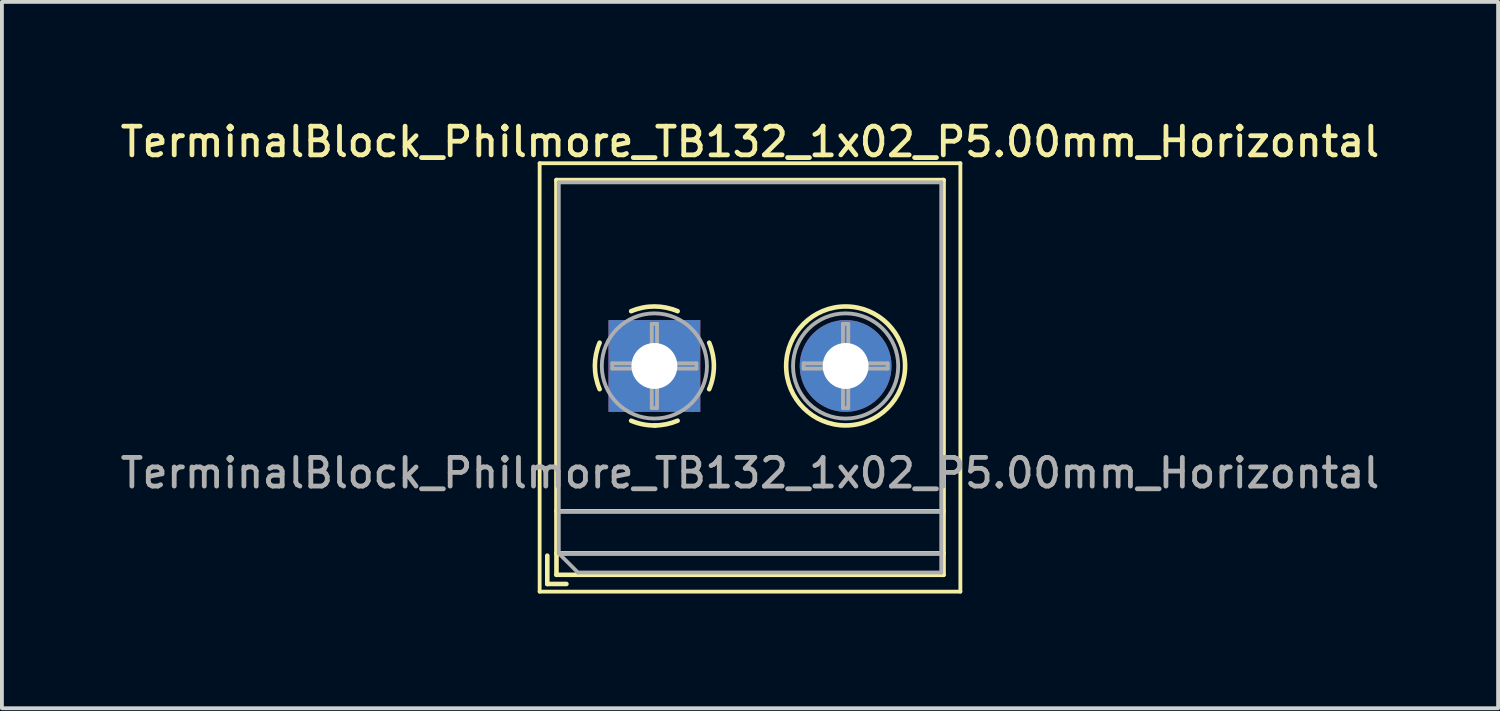
<source format=kicad_pcb>
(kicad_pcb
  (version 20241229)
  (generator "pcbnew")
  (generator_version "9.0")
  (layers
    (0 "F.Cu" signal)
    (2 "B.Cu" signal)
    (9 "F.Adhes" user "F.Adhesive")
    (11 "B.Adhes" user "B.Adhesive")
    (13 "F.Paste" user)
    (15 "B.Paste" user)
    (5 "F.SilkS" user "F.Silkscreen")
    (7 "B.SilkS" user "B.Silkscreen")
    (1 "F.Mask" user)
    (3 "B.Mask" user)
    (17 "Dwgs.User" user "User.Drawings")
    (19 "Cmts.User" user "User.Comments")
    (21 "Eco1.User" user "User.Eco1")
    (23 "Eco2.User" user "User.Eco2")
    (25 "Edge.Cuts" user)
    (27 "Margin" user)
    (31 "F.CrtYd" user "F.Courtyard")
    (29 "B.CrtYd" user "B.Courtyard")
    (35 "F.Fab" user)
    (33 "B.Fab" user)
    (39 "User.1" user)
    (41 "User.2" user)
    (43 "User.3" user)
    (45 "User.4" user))
  (footprint "TerminalBlock_Philmore_TB132_1x02_P5.00mm_Horizontal"
    (layer "F.Cu")
    (at 14.059 6.518)
    (property "Reference" "TerminalBlock_Philmore_TB132_1x02_P5.00mm_Horizontal" (at 2.5 -5.86 0) (layer "F.SilkS") (effects (font (size 0.75 0.75) (thickness 0.125))))
    (attr through_hole)
    (fp_line (start -3 -5.3) (end -3 5.9) (stroke (width 0.1) (type solid)) (layer "F.SilkS"))
    (fp_line (start -3 5.9) (end 8 5.9) (stroke (width 0.1) (type solid)) (layer "F.SilkS"))
    (fp_line (start -2.8 4.96) (end -2.8 5.7) (stroke (width 0.12) (type solid)) (layer "F.SilkS"))
    (fp_line (start -2.8 5.7) (end -2.3 5.7) (stroke (width 0.12) (type solid)) (layer "F.SilkS"))
    (fp_line (start -2.56 -4.86) (end -2.56 5.46) (stroke (width 0.12) (type solid)) (layer "F.SilkS"))
    (fp_line (start -2.56 -4.86) (end 7.56 -4.86) (stroke (width 0.12) (type solid)) (layer "F.SilkS"))
    (fp_line (start -2.56 3.8) (end 7.56 3.8) (stroke (width 0.12) (type solid)) (layer "F.SilkS"))
    (fp_line (start -2.56 4.9) (end 7.56 4.9) (stroke (width 0.12) (type solid)) (layer "F.SilkS"))
    (fp_line (start -2.56 5.46) (end 7.56 5.46) (stroke (width 0.12) (type solid)) (layer "F.SilkS"))
    (fp_line (start 7.56 -4.86) (end 7.56 5.46) (stroke (width 0.12) (type solid)) (layer "F.SilkS"))
    (fp_line (start 8 -5.3) (end -3 -5.3) (stroke (width 0.1) (type solid)) (layer "F.SilkS"))
    (fp_line (start 8 5.9) (end 8 -5.3) (stroke (width 0.1) (type solid)) (layer "F.SilkS"))
    (fp_arc (start -1.432109 0.607742) (mid -1.555727 -0.00014) (end -1.432 -0.608) (stroke (width 0.12) (type solid)) (layer "F.SilkS"))
    (fp_arc (start -0.607742 -1.432109) (mid 0.00014 -1.555727) (end 0.608 -1.432) (stroke (width 0.12) (type solid)) (layer "F.SilkS"))
    (fp_arc (start 0.027011 1.555493) (mid -0.296984 1.527118) (end -0.608 1.432) (stroke (width 0.12) (type solid)) (layer "F.SilkS"))
    (fp_arc (start 0.607587 1.431385) (mid 0.310017 1.523783) (end 0 1.555) (stroke (width 0.12) (type solid)) (layer "F.SilkS"))
    (fp_arc (start 1.432109 -0.607742) (mid 1.555727 0.00014) (end 1.432 0.608) (stroke (width 0.12) (type solid)) (layer "F.SilkS"))
    (fp_circle (center 5 0) (end 6.555 0) (stroke (width 0.12) (type solid)) (fill no) (layer "F.SilkS"))
    (fp_line (start -2.5 -4.8) (end 7.5 -4.8) (stroke (width 0.1) (type solid)) (layer "F.Fab"))
    (fp_line (start -2.5 3.8) (end 7.5 3.8) (stroke (width 0.1) (type solid)) (layer "F.Fab"))
    (fp_line (start -2.5 4.9) (end -2.5 -4.8) (stroke (width 0.1) (type solid)) (layer "F.Fab"))
    (fp_line (start -2.5 4.9) (end 7.5 4.9) (stroke (width 0.1) (type solid)) (layer "F.Fab"))
    (fp_line (start -2 5.4) (end -2.5 4.9) (stroke (width 0.1) (type solid)) (layer "F.Fab"))
    (fp_line (start -1.1 -0.069) (end -0.069 -0.069) (stroke (width 0.1) (type solid)) (layer "F.Fab"))
    (fp_line (start -1.1 0.069) (end -1.1 -0.069) (stroke (width 0.1) (type solid)) (layer "F.Fab"))
    (fp_line (start -0.069 -1.1) (end 0.069 -1.1) (stroke (width 0.1) (type solid)) (layer "F.Fab"))
    (fp_line (start -0.069 -0.069) (end -0.069 -1.1) (stroke (width 0.1) (type solid)) (layer "F.Fab"))
    (fp_line (start -0.069 0.069) (end -1.1 0.069) (stroke (width 0.1) (type solid)) (layer "F.Fab"))
    (fp_line (start -0.069 1.1) (end -0.069 0.069) (stroke (width 0.1) (type solid)) (layer "F.Fab"))
    (fp_line (start 0.069 -1.1) (end 0.069 -0.069) (stroke (width 0.1) (type solid)) (layer "F.Fab"))
    (fp_line (start 0.069 -0.069) (end 1.1 -0.069) (stroke (width 0.1) (type solid)) (layer "F.Fab"))
    (fp_line (start 0.069 0.069) (end 0.069 1.1) (stroke (width 0.1) (type solid)) (layer "F.Fab"))
    (fp_line (start 0.069 1.1) (end -0.069 1.1) (stroke (width 0.1) (type solid)) (layer "F.Fab"))
    (fp_line (start 1.1 -0.069) (end 1.1 0.069) (stroke (width 0.1) (type solid)) (layer "F.Fab"))
    (fp_line (start 1.1 0.069) (end 0.069 0.069) (stroke (width 0.1) (type solid)) (layer "F.Fab"))
    (fp_line (start 3.9 -0.069) (end 4.931 -0.069) (stroke (width 0.1) (type solid)) (layer "F.Fab"))
    (fp_line (start 3.9 0.069) (end 3.9 -0.069) (stroke (width 0.1) (type solid)) (layer "F.Fab"))
    (fp_line (start 4.931 -1.1) (end 5.069 -1.1) (stroke (width 0.1) (type solid)) (layer "F.Fab"))
    (fp_line (start 4.931 -0.069) (end 4.931 -1.1) (stroke (width 0.1) (type solid)) (layer "F.Fab"))
    (fp_line (start 4.931 0.069) (end 3.9 0.069) (stroke (width 0.1) (type solid)) (layer "F.Fab"))
    (fp_line (start 4.931 1.1) (end 4.931 0.069) (stroke (width 0.1) (type solid)) (layer "F.Fab"))
    (fp_line (start 5.069 -1.1) (end 5.069 -0.069) (stroke (width 0.1) (type solid)) (layer "F.Fab"))
    (fp_line (start 5.069 -0.069) (end 6.1 -0.069) (stroke (width 0.1) (type solid)) (layer "F.Fab"))
    (fp_line (start 5.069 0.069) (end 5.069 1.1) (stroke (width 0.1) (type solid)) (layer "F.Fab"))
    (fp_line (start 5.069 1.1) (end 4.931 1.1) (stroke (width 0.1) (type solid)) (layer "F.Fab"))
    (fp_line (start 6.1 -0.069) (end 6.1 0.069) (stroke (width 0.1) (type solid)) (layer "F.Fab"))
    (fp_line (start 6.1 0.069) (end 5.069 0.069) (stroke (width 0.1) (type solid)) (layer "F.Fab"))
    (fp_line (start 7.5 -4.8) (end 7.5 5.4) (stroke (width 0.1) (type solid)) (layer "F.Fab"))
    (fp_line (start 7.5 5.4) (end -2 5.4) (stroke (width 0.1) (type solid)) (layer "F.Fab"))
    (fp_circle (center 0 0) (end 1.375 0) (stroke (width 0.1) (type solid)) (fill no) (layer "F.Fab"))
    (fp_circle (center 5 0) (end 6.375 0) (stroke (width 0.1) (type solid)) (fill no) (layer "F.Fab"))
    (fp_text user "${REFERENCE}" (at 2.5 2.8 0) (layer "F.Fab") (effects (font (size 0.75 0.75) (thickness 0.125))))
    (pad "1" thru_hole rect (at 0 0) (size 2.4 2.4) (drill 1.2) (layers "*.Cu" "*.Mask"))
    (pad "2" thru_hole circle (at 5 0) (size 2.4 2.4) (drill 1.2) (layers "*.Cu" "*.Mask")))
  (gr_rect
    (start -3 -3)
    (end 36.118 15.468)
    (stroke (width 0.1) (type default))
    (fill no)
    (layer "Edge.Cuts")))
</source>
